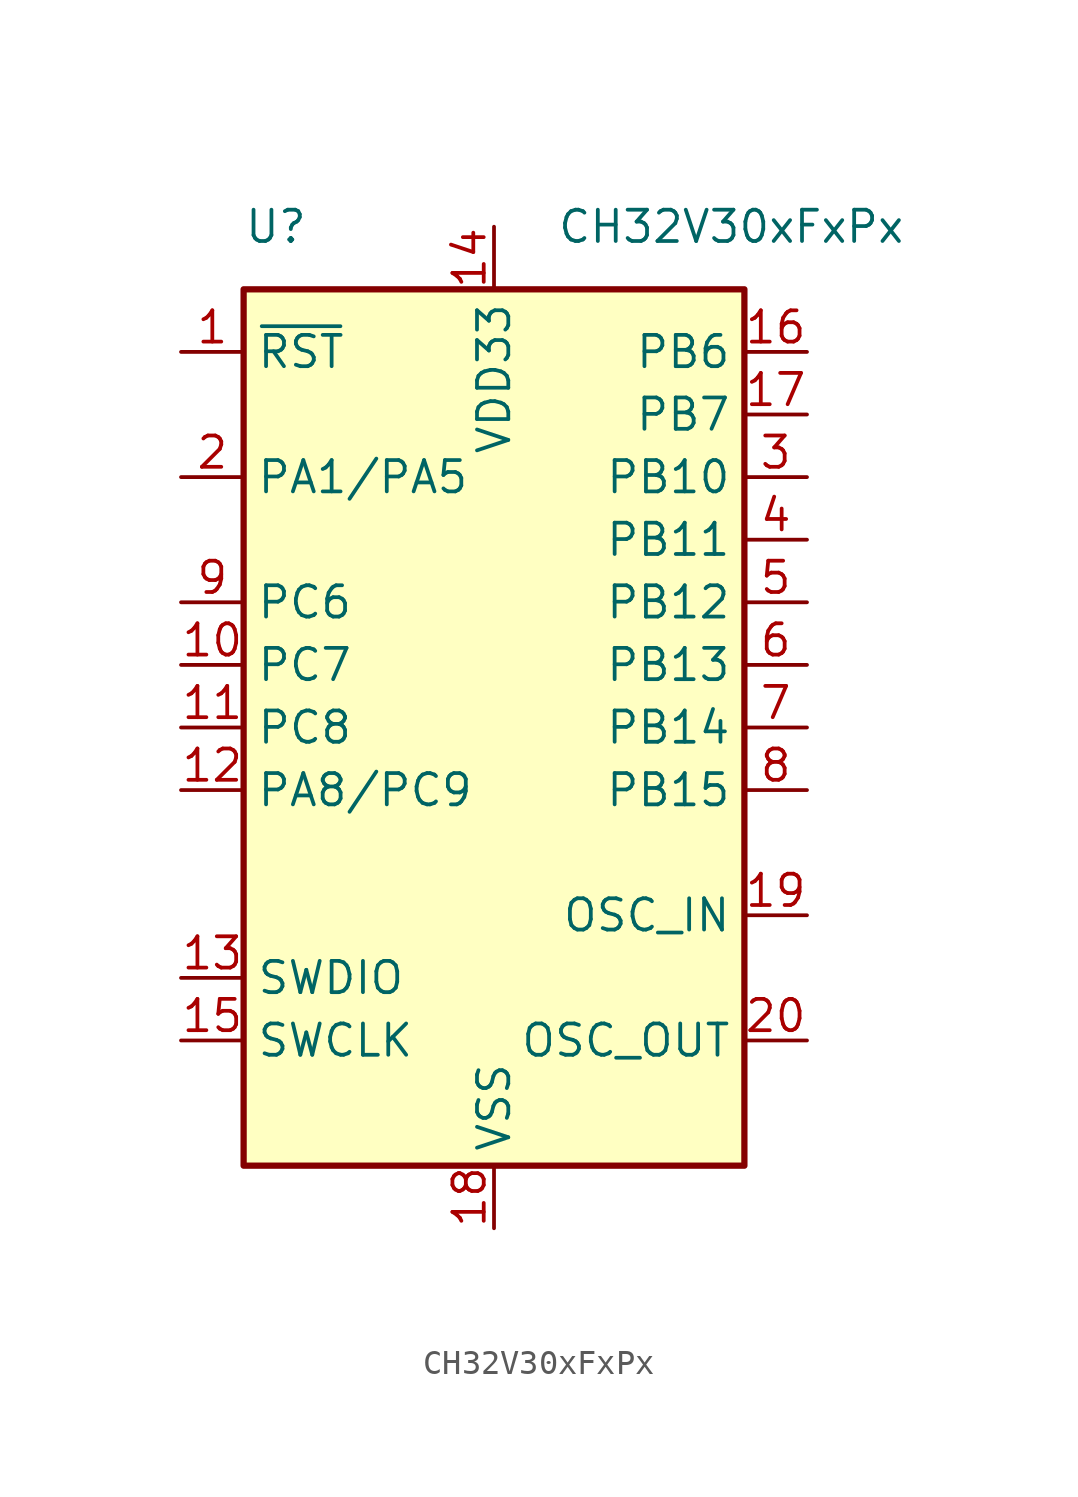
<source format=kicad_sym>
(kicad_symbol_lib
  (version 20241209)
  (generator "kicad_symbol_editor")
  (generator_version "9.0")
  (symbol "CH32V30xFxPx"
    (property "Reference" "U"
      (at -10.16 20.32 0)
      (effects (font (size 1.27 1.27)) (justify left)))
    (property "Value" "CH32V30xFxPx"
      (at 2.54 20.32 0)
      (effects (font (size 1.27 1.27)) (justify left)))
    (symbol "CH32V30xFxPx_1_1"
      (rectangle (start -10.16 17.78) (end 10.16 -17.78) (stroke (width 0.254) (type solid)) (fill (type background)))
      (pin input line (at -12.7 15.24 0) (length 2.54) (name "~{RST}" (effects (font (size 1.27 1.27)))) (number "1" (effects (font (size 1.27 1.27)))))
      (pin bidirectional line (at -12.7 10.16 0) (length 2.54) (name "PA1/PA5" (effects (font (size 1.27 1.27)))) (number "2" (effects (font (size 1.27 1.27)))) (alternate "ADC_IN1" bidirectional line) (alternate "ADC_IN5" bidirectional line) (alternate "DAC_OUT2" bidirectional line) (alternate "SPI1_SCK" bidirectional line) (alternate "TIM10_CH1N_1" bidirectional line) (alternate "TIM2_CH2" bidirectional line) (alternate "TIM2_CH2_2" bidirectional line) (alternate "TIM5_CH2" bidirectional line) (alternate "TIM9_BKIN_1" bidirectional line) (alternate "USART1_CK_3" bidirectional line) (alternate "USART1_CTS_2" bidirectional line) (alternate "USART2_RTS" bidirectional line))
      (pin bidirectional line (at -12.7 5.08 0) (length 2.54) (name "PC6" (effects (font (size 1.27 1.27)))) (number "9" (effects (font (size 1.27 1.27)))) (alternate "I2S2_MCK" bidirectional line) (alternate "TIM3_CH1_3" bidirectional line) (alternate "TIM8_CH1" bidirectional line))
      (pin bidirectional line (at -12.7 2.54 0) (length 2.54) (name "PC7" (effects (font (size 1.27 1.27)))) (number "10" (effects (font (size 1.27 1.27)))) (alternate "I2S3_MCK" bidirectional line) (alternate "TIM3_CH2_3" bidirectional line) (alternate "TIM8_CH2" bidirectional line))
      (pin bidirectional line (at -12.7 0 0) (length 2.54) (name "PC8" (effects (font (size 1.27 1.27)))) (number "11" (effects (font (size 1.27 1.27)))) (alternate "TIM3_CH3_3" bidirectional line) (alternate "TIM8_CH3" bidirectional line))
      (pin bidirectional line (at -12.7 -2.54 0) (length 2.54) (name "PA8/PC9" (effects (font (size 1.27 1.27)))) (number "12" (effects (font (size 1.27 1.27)))) (alternate "MCO" bidirectional line) (alternate "TIM1_CH1" bidirectional line) (alternate "TIM1_CH1_1" bidirectional line) (alternate "TIM3_CH4_3" bidirectional line) (alternate "TIM8_CH4" bidirectional line) (alternate "USART1_CK" bidirectional line) (alternate "USART1_CK_1" bidirectional line) (alternate "USART1_RX_2" bidirectional line))
      (pin bidirectional line (at -12.7 -10.16 0) (length 2.54) (name "SWDIO" (effects (font (size 1.27 1.27)))) (number "13" (effects (font (size 1.27 1.27)))) (alternate "PA9/PA13" bidirectional line) (alternate "TIM10_CH2N" bidirectional line) (alternate "TIM1_CH2" bidirectional line) (alternate "TIM1_CH2_1" bidirectional line) (alternate "TIM8_CH1N_1" bidirectional line) (alternate "USART1_RTS_2" bidirectional line) (alternate "USART1_TX" bidirectional line) (alternate "USART3_TX_2" bidirectional line))
      (pin bidirectional line (at -12.7 -12.7 0) (length 2.54) (name "SWCLK" (effects (font (size 1.27 1.27)))) (number "15" (effects (font (size 1.27 1.27)))) (alternate "PA14" bidirectional line) (alternate "TIM10_CH3N" bidirectional line) (alternate "TIM8_CH2N_1" bidirectional line) (alternate "USART3_RX_2" bidirectional line) (alternate "USART8_TX_1" bidirectional line))
      (pin power_in line (at 0 20.32 270) (length 2.54) (name "VDD33" (effects (font (size 1.27 1.27)))) (number "14" (effects (font (size 1.27 1.27)))) (alternate "VIO" power_in line))
      (pin power_in line (at 0 -20.32 90) (length 2.54) (name "VSS" (effects (font (size 1.27 1.27)))) (number "18" (effects (font (size 1.27 1.27)))))
      (pin bidirectional line (at 12.7 15.24 180) (length 2.54) (name "PB6" (effects (font (size 1.27 1.27)))) (number "16" (effects (font (size 1.27 1.27)))) (alternate "I2C1_SCL" bidirectional line) (alternate "TIM4_CH1" bidirectional line) (alternate "TIM8_CH1_1" bidirectional line) (alternate "USART1_TX_1" bidirectional line) (alternate "USBFS_DM" bidirectional line) (alternate "USBHS_DM" bidirectional line))
      (pin bidirectional line (at 12.7 12.7 180) (length 2.54) (name "PB7" (effects (font (size 1.27 1.27)))) (number "17" (effects (font (size 1.27 1.27)))) (alternate "I2C1_SDA" bidirectional line) (alternate "TIM4_CH2" bidirectional line) (alternate "TIM8_CH2_1" bidirectional line) (alternate "USART1_RX_1" bidirectional line) (alternate "USBFS_DP" bidirectional line) (alternate "USBHS_DP" bidirectional line))
      (pin bidirectional line (at 12.7 10.16 180) (length 2.54) (name "PB10" (effects (font (size 1.27 1.27)))) (number "3" (effects (font (size 1.27 1.27)))) (alternate "I2C2_SCL" bidirectional line) (alternate "TIM10_BKIN_1" bidirectional line) (alternate "TIM2_CH3_2" bidirectional line) (alternate "TIM2_CH3_3" bidirectional line) (alternate "USART3_TX" bidirectional line))
      (pin bidirectional line (at 12.7 7.62 180) (length 2.54) (name "PB11" (effects (font (size 1.27 1.27)))) (number "4" (effects (font (size 1.27 1.27)))) (alternate "I2C2_SDA" bidirectional line) (alternate "TIM10_ETR_1" bidirectional line) (alternate "TIM2_CH4_2" bidirectional line) (alternate "TIM2_CH4_3" bidirectional line) (alternate "USART3_RX" bidirectional line))
      (pin bidirectional line (at 12.7 5.08 180) (length 2.54) (name "PB12" (effects (font (size 1.27 1.27)))) (number "5" (effects (font (size 1.27 1.27)))) (alternate "CAN2_RX" bidirectional line) (alternate "I2C2_SMBA" bidirectional line) (alternate "I2S2_WS" bidirectional line) (alternate "SPI2_NSS" bidirectional line) (alternate "TIM1_BKIN" bidirectional line) (alternate "USART3_CK" bidirectional line))
      (pin bidirectional line (at 12.7 2.54 180) (length 2.54) (name "PB13" (effects (font (size 1.27 1.27)))) (number "6" (effects (font (size 1.27 1.27)))) (alternate "CAN2_TX" bidirectional line) (alternate "I2S2_CK" bidirectional line) (alternate "SPI2_SCK" bidirectional line) (alternate "TIM1_CH1N" bidirectional line) (alternate "USART3_CTS" bidirectional line) (alternate "USART3_CTS_1" bidirectional line))
      (pin bidirectional line (at 12.7 0 180) (length 2.54) (name "PB14" (effects (font (size 1.27 1.27)))) (number "7" (effects (font (size 1.27 1.27)))) (alternate "SPI2_MISO" bidirectional line) (alternate "TIM1_CH2N" bidirectional line) (alternate "USART3_RTS" bidirectional line) (alternate "USART3_RTS_1" bidirectional line))
      (pin bidirectional line (at 12.7 -2.54 180) (length 2.54) (name "PB15" (effects (font (size 1.27 1.27)))) (number "8" (effects (font (size 1.27 1.27)))) (alternate "I2S2_SD" bidirectional line) (alternate "SPI2_MOSI" bidirectional line) (alternate "TIM1_CH3N" bidirectional line) (alternate "USART1_TX_2" bidirectional line))
      (pin bidirectional line (at 12.7 -7.62 180) (length 2.54) (name "OSC_IN" (effects (font (size 1.27 1.27)))) (number "19" (effects (font (size 1.27 1.27)))) (alternate "PD0" bidirectional line))
      (pin bidirectional line (at 12.7 -12.7 180) (length 2.54) (name "OSC_OUT" (effects (font (size 1.27 1.27)))) (number "20" (effects (font (size 1.27 1.27)))) (alternate "PD1" bidirectional line)))))
</source>
